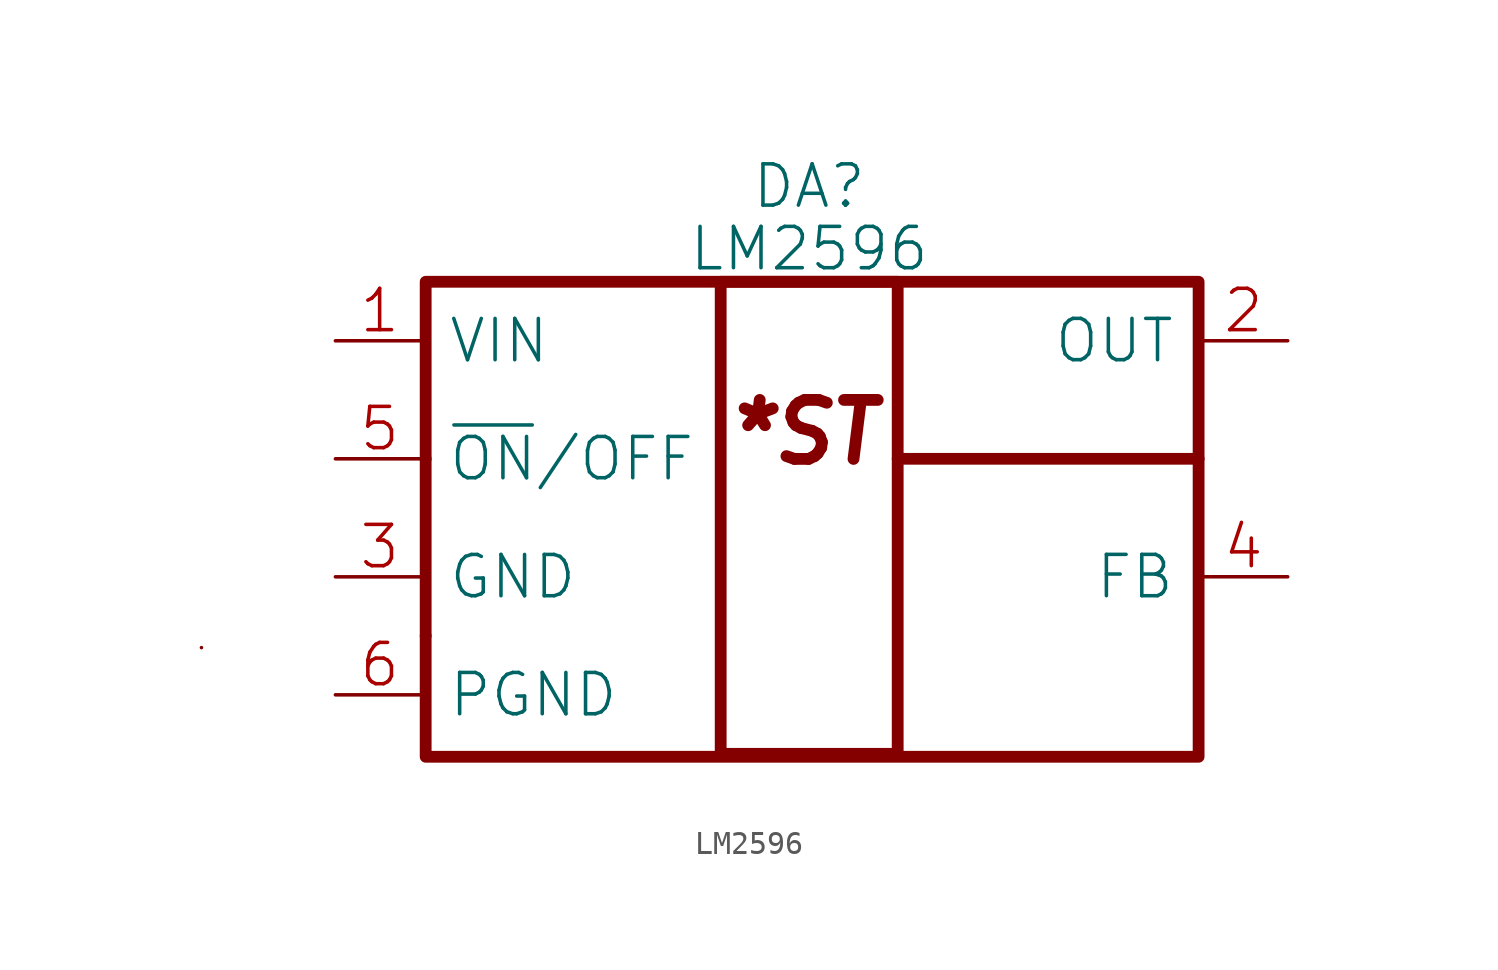
<source format=kicad_sym>
(kicad_symbol_lib
  (version 20211014)
  (generator kicad_symbol_editor)
  (symbol "LM2596"
    (pin_names
      (offset 1.016))
    (property "Reference" "DA"
      (at 0 4.115 0)
      (effects (font (size 1.778 1.778))))
    (property "Value" "LM2596"
      (at 0 1.422 0)
      (effects (font (size 1.778 1.778))))
    (symbol "LM2596_0_1"
      (rectangle (start -3.81 0) (end 3.81 -20.32) (stroke (width 0.508) (type default) (color 0 0 0 0)) (fill (type none)))
      (polyline (pts (xy 3.81 -7.62) (xy 16.764 -7.62)) (stroke (width 0.508) (type default) (color 0 0 0 0)) (fill (type none)))
      (rectangle (start 16.764 0) (end -16.51 -20.447) (stroke (width 0.508) (type default) (color 0 0 0 0)) (fill (type none))))
    (symbol "LM2596_1_1"
      (polyline (pts (xy -26.162 -15.748) (xy -26.162 -15.748)) (stroke (width 0) (type default) (color 0 0 0 0)) (fill (type none)))
      (polyline (pts (xy -16.51 -15.24) (xy -16.51 -15.24)) (stroke (width 0.508) (type default) (color 0 0 0 0)) (fill (type none)))
      (polyline (pts (xy -16.51 -7.62) (xy -16.51 -7.62)) (stroke (width 0.508) (type default) (color 0 0 0 0)) (fill (type none)))
      (text "*ST" (at -0.254 -6.477 0) (effects (font (size 2.54 2.54) bold italic)))
      (pin input line (at -20.396 -2.54 0) (length 3.81) (name "VIN" (effects (font (size 1.778 1.778)))) (number "1" (effects (font (size 1.778 1.778)))))
      (pin output line (at 20.599 -2.538 180) (length 3.81) (name "OUT" (effects (font (size 1.778 1.778)))) (number "2" (effects (font (size 1.778 1.778)))))
      (pin power_in line (at -20.396 -12.7 0) (length 3.81) (name "GND" (effects (font (size 1.778 1.778)))) (number "3" (effects (font (size 1.778 1.778)))))
      (pin input line (at 20.599 -12.698 180) (length 3.81) (name "FB" (effects (font (size 1.778 1.778)))) (number "4" (effects (font (size 1.778 1.778)))))
      (pin input line (at -20.396 -7.62 0) (length 3.81) (name "~{ON}/OFF" (effects (font (size 1.778 1.778)))) (number "5" (effects (font (size 1.778 1.778)))))
      (pin power_in line (at -20.396 -17.78 0) (length 3.81) (name "PGND" (effects (font (size 1.778 1.778)))) (number "6" (effects (font (size 1.778 1.778))))))))
</source>
